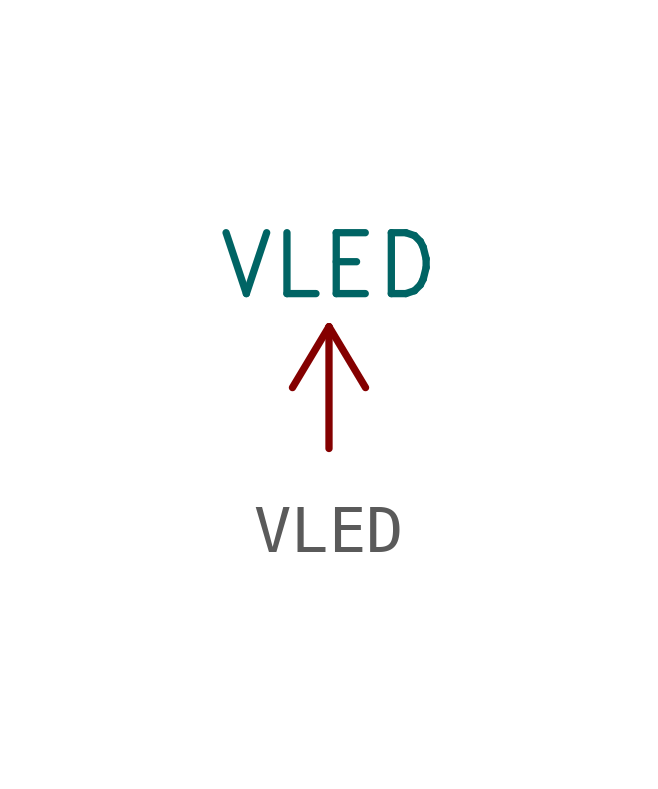
<source format=kicad_sym>
(kicad_symbol_lib
  (version 20220914)
  (generator kicad_symbol_editor)
  (symbol "VLED"
    (power)
    (pin_names
      (offset 0))
    (property "Reference" "#PWR"
      (at 0 -3.81 0)
      (effects (font (size 1.27 1.27)) hide))
    (property "Value" "VLED"
      (at 0 3.81 0)
      (effects (font (size 1.27 1.27))))
    (symbol "VLED_0_1"
      (polyline (pts (xy -0.762 1.27) (xy 0 2.54)) (stroke (width 0) (type solid)) (fill (type none)))
      (polyline (pts (xy 0 0) (xy 0 2.54)) (stroke (width 0) (type solid)) (fill (type none)))
      (polyline (pts (xy 0 2.54) (xy 0.762 1.27)) (stroke (width 0) (type solid)) (fill (type none))))
    (symbol "VLED_1_1"
      (pin power_in line (at 0 0 90) (length 0) hide (name "VLED" (effects (font (size 1.27 1.27)))) (number "1" (effects (font (size 1.27 1.27))))))))
</source>
